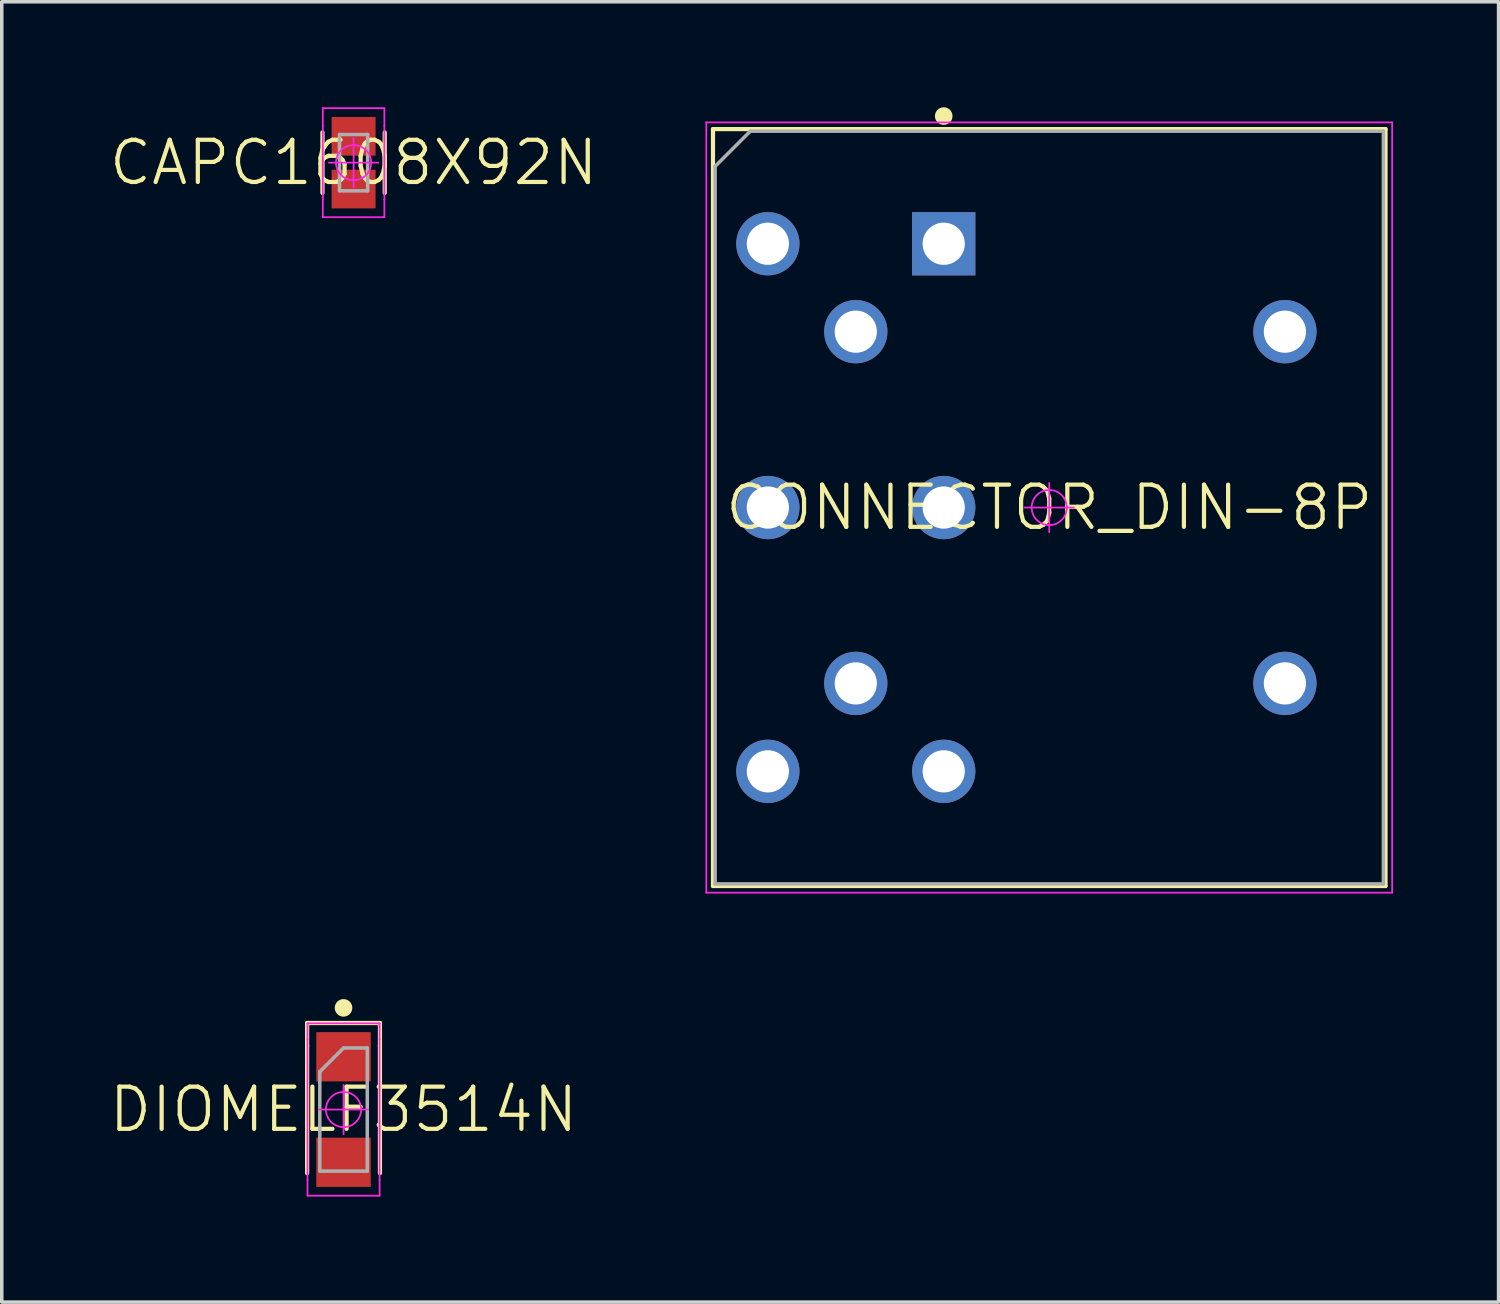
<source format=kicad_pcb>
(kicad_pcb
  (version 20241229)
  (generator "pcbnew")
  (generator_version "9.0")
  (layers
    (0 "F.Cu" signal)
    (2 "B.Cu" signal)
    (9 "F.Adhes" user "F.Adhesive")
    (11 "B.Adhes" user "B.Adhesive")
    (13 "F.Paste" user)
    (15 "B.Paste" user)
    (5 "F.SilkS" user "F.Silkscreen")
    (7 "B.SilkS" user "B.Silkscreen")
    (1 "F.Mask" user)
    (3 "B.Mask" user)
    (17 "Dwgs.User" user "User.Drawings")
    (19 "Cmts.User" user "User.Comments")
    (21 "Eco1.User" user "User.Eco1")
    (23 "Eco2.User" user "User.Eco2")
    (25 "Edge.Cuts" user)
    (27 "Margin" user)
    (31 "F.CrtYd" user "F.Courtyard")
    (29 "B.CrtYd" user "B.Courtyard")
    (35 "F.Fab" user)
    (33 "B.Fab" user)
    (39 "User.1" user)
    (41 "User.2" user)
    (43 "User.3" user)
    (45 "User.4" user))
  (footprint "DIOMELF3514N"
    (layer "F.Cu")
    (at 6.717 28.495)
    (property "Reference" "DIOMELF3514N" (at 0 0 0) (layer "F.SilkS") (effects (font (size 1.2 1.2) (thickness 0.12))))
    (attr smd)
    (fp_line (start -1.035 -2.46) (end 1.035 -2.46) (stroke (width 0.12) (type solid)) (layer "F.SilkS"))
    (fp_line (start -1.035 -1.81) (end -1.035 -2.46) (stroke (width 0.12) (type solid)) (layer "F.SilkS"))
    (fp_line (start -1.035 -1.81) (end -1.035 1.81) (stroke (width 0.12) (type solid)) (layer "F.SilkS"))
    (fp_line (start 1.035 -2.46) (end 1.035 -1.81) (stroke (width 0.12) (type solid)) (layer "F.SilkS"))
    (fp_line (start 1.035 -1.81) (end 1.035 1.81) (stroke (width 0.12) (type solid)) (layer "F.SilkS"))
    (fp_circle (center 0 -2.89) (end 0 -2.765) (stroke (width 0.25) (type solid)) (fill no) (layer "F.SilkS"))
    (fp_line (start -1.025 -2.45) (end -1.025 -2) (stroke (width 0.05) (type solid)) (layer "F.CrtYd"))
    (fp_line (start -1.025 -2) (end -1.025 2) (stroke (width 0.05) (type solid)) (layer "F.CrtYd"))
    (fp_line (start -1.025 2) (end -1.025 2.45) (stroke (width 0.05) (type solid)) (layer "F.CrtYd"))
    (fp_line (start -1.025 2.45) (end 1.025 2.45) (stroke (width 0.05) (type solid)) (layer "F.CrtYd"))
    (fp_line (start -0.7 0) (end 0.7 0) (stroke (width 0.05) (type solid)) (layer "F.CrtYd"))
    (fp_line (start 0 -0.7) (end 0 0.7) (stroke (width 0.05) (type solid)) (layer "F.CrtYd"))
    (fp_line (start 1.025 -2.45) (end -1.025 -2.45) (stroke (width 0.05) (type solid)) (layer "F.CrtYd"))
    (fp_line (start 1.025 -2) (end 1.025 -2.45) (stroke (width 0.05) (type solid)) (layer "F.CrtYd"))
    (fp_line (start 1.025 2) (end 1.025 -2) (stroke (width 0.05) (type solid)) (layer "F.CrtYd"))
    (fp_line (start 1.025 2.45) (end 1.025 2) (stroke (width 0.05) (type solid)) (layer "F.CrtYd"))
    (fp_circle (center 0 0) (end 0 0.5) (stroke (width 0.05) (type solid)) (fill no) (layer "F.CrtYd"))
    (fp_line (start -0.675 -1.075) (end 0 -1.75) (stroke (width 0.1) (type solid)) (layer "F.Fab"))
    (fp_line (start -0.675 1.75) (end -0.675 -1.075) (stroke (width 0.1) (type solid)) (layer "F.Fab"))
    (fp_line (start 0 -1.75) (end 0.675 -1.75) (stroke (width 0.1) (type solid)) (layer "F.Fab"))
    (fp_line (start 0.675 -1.75) (end 0.675 1.75) (stroke (width 0.1) (type solid)) (layer "F.Fab"))
    (fp_line (start 0.675 1.75) (end -0.675 1.75) (stroke (width 0.1) (type solid)) (layer "F.Fab"))
    (pad "1" smd rect (at 0 -1.5) (size 1.55 1.4) (layers "F.Cu" "F.Mask" "F.Paste"))
    (pad "2" smd rect (at 0 1.5) (size 1.55 1.4) (layers "F.Cu" "F.Mask" "F.Paste")))
  (footprint "CONNECTOR_DIN-8P"
    (layer "F.Cu")
    (at 26.781 11.38)
    (property "Reference" "CONNECTOR_DIN-8P" (at 0 0 0) (layer "F.SilkS") (effects (font (size 1.2 1.2) (thickness 0.12))))
    (attr through_hole)
    (fp_line (start -9.56 -10.76) (end 9.56 -10.76) (stroke (width 0.12) (type solid)) (layer "F.SilkS"))
    (fp_line (start -9.56 10.76) (end -9.56 -10.76) (stroke (width 0.12) (type solid)) (layer "F.SilkS"))
    (fp_line (start 9.56 -10.76) (end 9.56 10.76) (stroke (width 0.12) (type solid)) (layer "F.SilkS"))
    (fp_line (start 9.56 10.76) (end -9.56 10.76) (stroke (width 0.12) (type solid)) (layer "F.SilkS"))
    (fp_circle (center -3 -11.13) (end -3 -11.005) (stroke (width 0.25) (type solid)) (fill no) (layer "F.SilkS"))
    (fp_line (start -9.75 -10.95) (end 9.75 -10.95) (stroke (width 0.05) (type solid)) (layer "F.CrtYd"))
    (fp_line (start -9.75 10.95) (end -9.75 -10.95) (stroke (width 0.05) (type solid)) (layer "F.CrtYd"))
    (fp_line (start -0.7 0) (end 0.7 0) (stroke (width 0.05) (type solid)) (layer "F.CrtYd"))
    (fp_line (start 0 -0.7) (end 0 0.7) (stroke (width 0.05) (type solid)) (layer "F.CrtYd"))
    (fp_line (start 9.75 -10.95) (end 9.75 10.95) (stroke (width 0.05) (type solid)) (layer "F.CrtYd"))
    (fp_line (start 9.75 10.95) (end -9.75 10.95) (stroke (width 0.05) (type solid)) (layer "F.CrtYd"))
    (fp_circle (center 0 0) (end 0 0.5) (stroke (width 0.05) (type solid)) (fill no) (layer "F.CrtYd"))
    (fp_line (start -9.5 -9.7) (end -8.5 -10.7) (stroke (width 0.1) (type solid)) (layer "F.Fab"))
    (fp_line (start -9.5 10.7) (end -9.5 -9.7) (stroke (width 0.1) (type solid)) (layer "F.Fab"))
    (fp_line (start -8.5 -10.7) (end 9.5 -10.7) (stroke (width 0.1) (type solid)) (layer "F.Fab"))
    (fp_line (start 9.5 -10.7) (end 9.5 10.7) (stroke (width 0.1) (type solid)) (layer "F.Fab"))
    (fp_line (start 9.5 10.7) (end -9.5 10.7) (stroke (width 0.1) (type solid)) (layer "F.Fab"))
    (pad "1" thru_hole rect (at -3 -7.5) (size 1.8 1.8) (drill 1.2) (layers "*.Cu" "*.Paste" "*.Mask"))
    (pad "2" thru_hole circle (at -3 0) (size 1.8 1.8) (drill 1.2) (layers "*.Cu" "*.Paste" "*.Mask"))
    (pad "3" thru_hole circle (at -3 7.5) (size 1.8 1.8) (drill 1.2) (layers "*.Cu" "*.Paste" "*.Mask"))
    (pad "4" thru_hole circle (at -5.5 -5) (size 1.8 1.8) (drill 1.2) (layers "*.Cu" "*.Paste" "*.Mask"))
    (pad "5" thru_hole circle (at -5.5 5) (size 1.8 1.8) (drill 1.2) (layers "*.Cu" "*.Paste" "*.Mask"))
    (pad "6" thru_hole circle (at -8 -7.5) (size 1.8 1.8) (drill 1.2) (layers "*.Cu" "*.Paste" "*.Mask"))
    (pad "7" thru_hole circle (at -8 7.5) (size 1.8 1.8) (drill 1.2) (layers "*.Cu" "*.Paste" "*.Mask"))
    (pad "8" thru_hole circle (at -8 0) (size 1.8 1.8) (drill 1.2) (layers "*.Cu" "*.Paste" "*.Mask"))
    (pad "9" thru_hole circle (at 6.7 -5) (size 1.8 1.8) (drill 1.2) (layers "*.Cu" "*.Paste" "*.Mask"))
    (pad "10" thru_hole circle (at 6.7 5) (size 1.8 1.8) (drill 1.2) (layers "*.Cu" "*.Paste" "*.Mask")))
  (footprint "CAPC1608X92N"
    (layer "F.Cu")
    (at 7.003 1.575)
    (property "Reference" "CAPC1608X92N" (at 0 0 0) (layer "F.SilkS") (effects (font (size 1.2 1.2) (thickness 0.12))))
    (attr smd)
    (fp_line (start -0.885 -0.86) (end -0.885 0.86) (stroke (width 0.12) (type solid)) (layer "F.SilkS"))
    (fp_line (start 0.885 -0.86) (end 0.885 0.86) (stroke (width 0.12) (type solid)) (layer "F.SilkS"))
    (fp_line (start -0.875 -1.55) (end -0.875 -1.05) (stroke (width 0.05) (type solid)) (layer "F.CrtYd"))
    (fp_line (start -0.875 -1.05) (end -0.875 1.05) (stroke (width 0.05) (type solid)) (layer "F.CrtYd"))
    (fp_line (start -0.875 1.05) (end -0.875 1.55) (stroke (width 0.05) (type solid)) (layer "F.CrtYd"))
    (fp_line (start -0.875 1.55) (end 0.875 1.55) (stroke (width 0.05) (type solid)) (layer "F.CrtYd"))
    (fp_line (start -0.7 0) (end 0.7 0) (stroke (width 0.05) (type solid)) (layer "F.CrtYd"))
    (fp_line (start 0 -0.7) (end 0 0.7) (stroke (width 0.05) (type solid)) (layer "F.CrtYd"))
    (fp_line (start 0.875 -1.55) (end -0.875 -1.55) (stroke (width 0.05) (type solid)) (layer "F.CrtYd"))
    (fp_line (start 0.875 -1.05) (end 0.875 -1.55) (stroke (width 0.05) (type solid)) (layer "F.CrtYd"))
    (fp_line (start 0.875 1.05) (end 0.875 -1.05) (stroke (width 0.05) (type solid)) (layer "F.CrtYd"))
    (fp_line (start 0.875 1.55) (end 0.875 1.05) (stroke (width 0.05) (type solid)) (layer "F.CrtYd"))
    (fp_circle (center 0 0) (end 0 0.5) (stroke (width 0.05) (type solid)) (fill no) (layer "F.CrtYd"))
    (fp_line (start -0.4 -0.8) (end 0.4 -0.8) (stroke (width 0.1) (type solid)) (layer "F.Fab"))
    (fp_line (start -0.4 0.8) (end -0.4 -0.8) (stroke (width 0.1) (type solid)) (layer "F.Fab"))
    (fp_line (start 0.4 -0.8) (end 0.4 0.8) (stroke (width 0.1) (type solid)) (layer "F.Fab"))
    (fp_line (start 0.4 0.8) (end -0.4 0.8) (stroke (width 0.1) (type solid)) (layer "F.Fab"))
    (pad "1" smd rect (at 0 -0.75) (size 1.25 1.1) (layers "F.Cu" "F.Mask" "F.Paste"))
    (pad "2" smd rect (at 0 0.75) (size 1.25 1.1) (layers "F.Cu" "F.Mask" "F.Paste")))
  (gr_rect
    (start -3 -3)
    (end 39.556 33.97)
    (stroke (width 0.1) (type default))
    (fill no)
    (layer "Edge.Cuts")))
</source>
